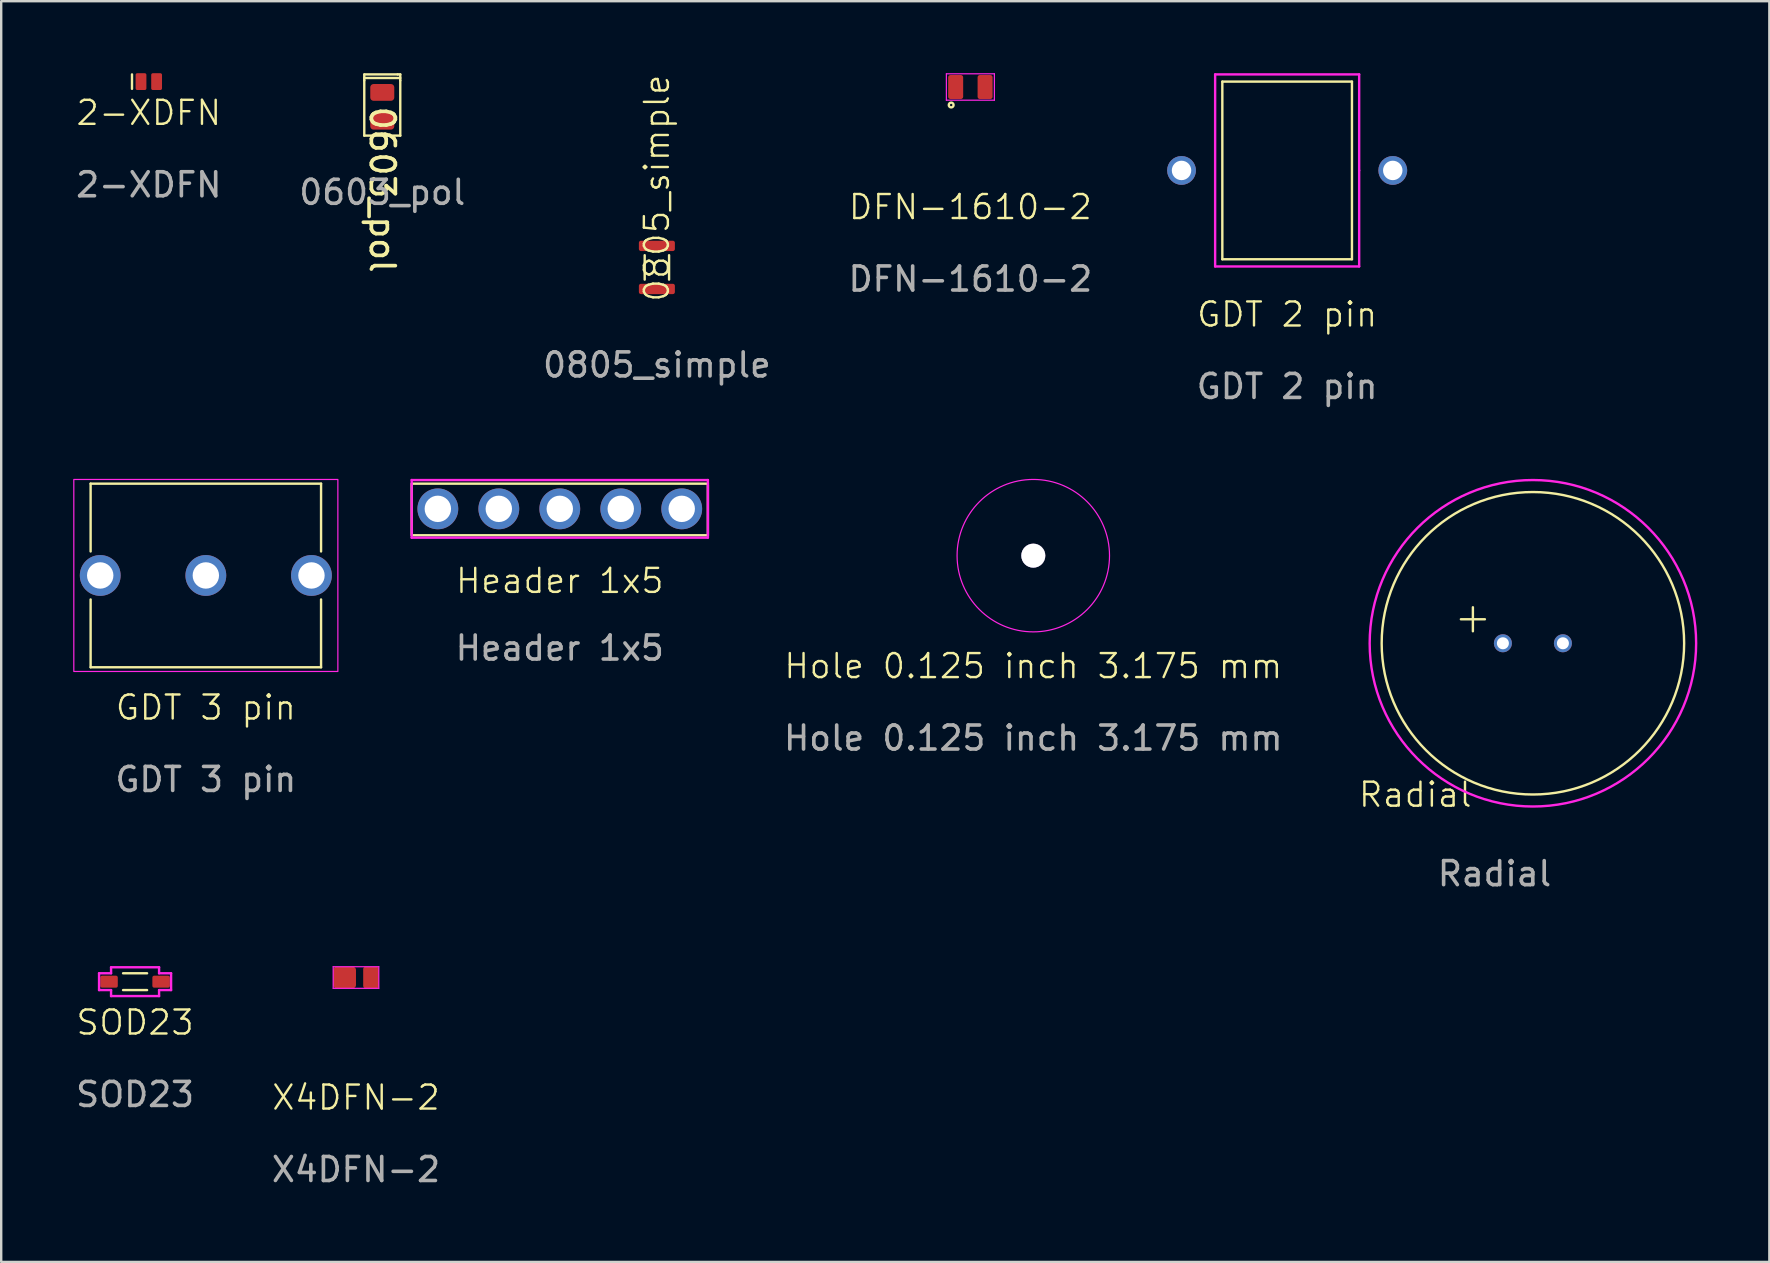
<source format=kicad_pcb>
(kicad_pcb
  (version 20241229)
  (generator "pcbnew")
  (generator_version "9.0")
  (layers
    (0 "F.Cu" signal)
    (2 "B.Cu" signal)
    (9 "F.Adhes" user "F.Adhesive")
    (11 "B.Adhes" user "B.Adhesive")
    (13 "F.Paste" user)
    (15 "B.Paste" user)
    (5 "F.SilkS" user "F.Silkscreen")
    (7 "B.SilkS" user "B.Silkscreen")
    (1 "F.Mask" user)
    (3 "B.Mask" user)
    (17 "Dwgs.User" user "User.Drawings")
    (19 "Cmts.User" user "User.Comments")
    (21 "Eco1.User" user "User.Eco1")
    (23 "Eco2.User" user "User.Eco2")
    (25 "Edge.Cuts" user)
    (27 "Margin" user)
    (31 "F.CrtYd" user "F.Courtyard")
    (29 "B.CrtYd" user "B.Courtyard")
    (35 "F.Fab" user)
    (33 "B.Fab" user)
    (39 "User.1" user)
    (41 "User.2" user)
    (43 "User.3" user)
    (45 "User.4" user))
  (footprint "Header 1x5"
    (layer "F.Cu")
    (at 20.27 18.148)
    (property "Reference" "Header 1x5" (at 0 3 0) (unlocked yes) (layer "F.SilkS") (effects (font (size 1 1) (thickness 0.1))))
    (attr smd)
    (fp_line (start -6.17 -1.05) (end -6.17 1.1) (stroke (width 0.1) (type default)) (layer "F.SilkS"))
    (fp_line (start -6.15 -1.05) (end 6.17 -1.05) (stroke (width 0.1) (type solid)) (layer "F.SilkS"))
    (fp_line (start 6.17 -1) (end 6.17 1.1) (stroke (width 0.1) (type default)) (layer "F.SilkS"))
    (fp_line (start 6.17 1.1) (end -6.15 1.1) (stroke (width 0.1) (type solid)) (layer "F.SilkS"))
    (fp_line (start -6.17 -1.2) (end -6.17 1.2) (stroke (width 0.1) (type solid)) (layer "F.CrtYd"))
    (fp_line (start 6.17 -1.2) (end -6.17 -1.2) (stroke (width 0.1) (type solid)) (layer "F.CrtYd"))
    (fp_line (start 6.17 1.2) (end -6.17 1.2) (stroke (width 0.1) (type solid)) (layer "F.CrtYd"))
    (fp_line (start 6.17 1.2) (end 6.17 -1.2) (stroke (width 0.1) (type solid)) (layer "F.CrtYd"))
    (fp_text user "${REFERENCE}" (at 0 5.8 0) (unlocked yes) (layer "F.Fab") (effects (font (size 1 1) (thickness 0.15))))
    (pad "1" thru_hole circle (at -5.08 0) (size 1.7 1.7) (drill 1.1) (layers "*.Cu" "*.Mask"))
    (pad "2" thru_hole circle (at -2.54 0) (size 1.7 1.7) (drill 1.1) (layers "*.Cu" "*.Mask"))
    (pad "3" thru_hole circle (at 0 0) (size 1.7 1.7) (drill 1.1) (layers "*.Cu" "*.Mask"))
    (pad "4" thru_hole circle (at 2.54 0) (size 1.7 1.7) (drill 1.1) (layers "*.Cu" "*.Mask"))
    (pad "5" thru_hole circle (at 5.08 0) (size 1.7 1.7) (drill 1.1) (layers "*.Cu" "*.Mask")))
  (footprint "SOD23"
    (layer "F.Cu")
    (at 2.577 37.846)
    (property "Reference" "SOD23" (at 0 1.7 0) (unlocked yes) (layer "F.SilkS") (effects (font (size 1 1) (thickness 0.1))))
    (attr smd)
    (fp_line (start -0.5 -0.35) (end 0.5 -0.35) (stroke (width 0.1) (type default)) (layer "F.SilkS"))
    (fp_line (start -0.5 0.35) (end 0.5 0.35) (stroke (width 0.1) (type default)) (layer "F.SilkS"))
    (fp_line (start -1.5 -0.35) (end -1.5 0.35) (stroke (width 0.1) (type solid)) (layer "F.CrtYd"))
    (fp_line (start -1.5 0.35) (end -1 0.35) (stroke (width 0.1) (type solid)) (layer "F.CrtYd"))
    (fp_line (start -1 -0.6) (end -1 -0.35) (stroke (width 0.1) (type solid)) (layer "F.CrtYd"))
    (fp_line (start -1 -0.6) (end 1 -0.6) (stroke (width 0.1) (type solid)) (layer "F.CrtYd"))
    (fp_line (start -1 -0.35) (end -1.5 -0.35) (stroke (width 0.1) (type solid)) (layer "F.CrtYd"))
    (fp_line (start -1 0.35) (end -1 0.6) (stroke (width 0.1) (type solid)) (layer "F.CrtYd"))
    (fp_line (start -1 0.6) (end 1 0.6) (stroke (width 0.1) (type solid)) (layer "F.CrtYd"))
    (fp_line (start 1 -0.35) (end 1 -0.6) (stroke (width 0.1) (type solid)) (layer "F.CrtYd"))
    (fp_line (start 1 0.35) (end 1 0.6) (stroke (width 0.1) (type solid)) (layer "F.CrtYd"))
    (fp_line (start 1 0.35) (end 1.5 0.35) (stroke (width 0.1) (type solid)) (layer "F.CrtYd"))
    (fp_line (start 1.5 -0.35) (end 1 -0.35) (stroke (width 0.1) (type solid)) (layer "F.CrtYd"))
    (fp_line (start 1.5 -0.35) (end 1.5 0.35) (stroke (width 0.1) (type solid)) (layer "F.CrtYd"))
    (fp_text user "${REFERENCE}" (at 0 4.7 0) (unlocked yes) (layer "F.Fab") (effects (font (size 1 1) (thickness 0.15))))
    (pad "1" smd roundrect (at -1.085 0) (size 0.73 0.5) (layers "F.Cu" "F.Mask" "F.Paste") (roundrect_rratio 0.15))
    (pad "2" smd roundrect (at 1.085 0) (size 0.73 0.5) (layers "F.Cu" "F.Mask" "F.Paste") (roundrect_rratio 0.15)))
  (footprint "DFN-1610-2"
    (layer "F.Cu")
    (at 37.375 0.575)
    (property "Reference" "DFN-1610-2" (at 0 5 0) (unlocked yes) (layer "F.SilkS") (effects (font (size 1 1) (thickness 0.1))))
    (attr smd)
    (fp_circle (center -0.8 0.75) (end -0.7 0.75) (stroke (width 0.1) (type default)) (fill no) (layer "F.SilkS"))
    (fp_line (start -1 -0.55) (end 1 -0.55) (stroke (width 0.05) (type default)) (layer "F.CrtYd"))
    (fp_line (start -1 0.55) (end -1 -0.55) (stroke (width 0.05) (type default)) (layer "F.CrtYd"))
    (fp_line (start -1 0.55) (end 1 0.55) (stroke (width 0.05) (type default)) (layer "F.CrtYd"))
    (fp_line (start 1 -0.55) (end 1 0.55) (stroke (width 0.05) (type default)) (layer "F.CrtYd"))
    (fp_text user "${REFERENCE}" (at 0 8 0) (unlocked yes) (layer "F.Fab") (effects (font (size 1 1) (thickness 0.15))))
    (pad "1" smd roundrect (at -0.613 0) (size 0.625 1) (layers "F.Cu" "F.Mask" "F.Paste") (roundrect_rratio 0.15))
    (pad "2" smd roundrect (at 0.613 0) (size 0.625 1) (layers "F.Cu" "F.Mask" "F.Paste") (roundrect_rratio 0.15)))
  (footprint "Radial"
    (layer "F.Cu")
    (at 60.809 23.748)
    (property "Reference" "Radial" (at -4.9 6.307 0) (unlocked yes) (layer "F.SilkS") (effects (font (size 1 1) (thickness 0.1))))
    (attr smd)
    (fp_line (start -3 -1) (end -2 -1) (stroke (width 0.1) (type default)) (layer "F.SilkS"))
    (fp_line (start -2.5 -0.5) (end -2.5 -1.5) (stroke (width 0.1) (type default)) (layer "F.SilkS"))
    (fp_circle (center 0 0) (end 6.3 0) (stroke (width 0.1) (type default)) (fill no) (layer "F.SilkS"))
    (fp_circle (center 0 0) (end 6.8 0) (stroke (width 0.1) (type solid)) (fill no) (layer "F.CrtYd"))
    (fp_text user "${REFERENCE}" (at -1.6 9.6 0) (unlocked yes) (layer "F.Fab") (effects (font (size 1 1) (thickness 0.15))))
    (pad "1" thru_hole circle (at -1.25 0) (size 0.75 0.75) (drill 0.5) (layers "*.Cu" "*.Mask"))
    (pad "2" thru_hole circle (at 1.25 0) (size 0.75 0.75) (drill 0.5) (layers "*.Cu" "*.Mask")))
  (footprint "0603_pol"
    (layer "F.Cu")
    (at 12.875 0.9)
    (property "Reference" "0603_pol" (at 0 3.95 270) (unlocked yes) (layer "F.SilkS") (effects (font (size 1 1) (thickness 0.152))))
    (attr smd)
    (fp_line (start -0.75 -0.85) (end -0.75 -0.6) (stroke (width 0.1) (type default)) (layer "F.SilkS"))
    (fp_line (start -0.75 -0.7) (end 0.75 -0.7) (stroke (width 0.1) (type default)) (layer "F.SilkS"))
    (fp_line (start -0.75 1.7) (end -0.75 -0.6) (stroke (width 0.1) (type default)) (layer "F.SilkS"))
    (fp_line (start -0.743 -0.85) (end 0.642 -0.85) (stroke (width 0.1) (type default)) (layer "F.SilkS"))
    (fp_line (start 0.75 -0.85) (end 0.642 -0.85) (stroke (width 0.1) (type default)) (layer "F.SilkS"))
    (fp_line (start 0.75 -0.6) (end 0.75 -0.85) (stroke (width 0.1) (type default)) (layer "F.SilkS"))
    (fp_line (start 0.75 -0.6) (end 0.75 1.7) (stroke (width 0.1) (type default)) (layer "F.SilkS"))
    (fp_line (start 0.75 1.7) (end -0.75 1.7) (stroke (width 0.1) (type default)) (layer "F.SilkS"))
    (fp_text user "${REFERENCE}" (at 0 4.064 0) (unlocked yes) (layer "F.Fab") (effects (font (size 1 1) (thickness 0.15))))
    (pad "1" smd roundrect (at 0 -0.1 180) (size 1 0.7) (layers "F.Cu" "F.Mask" "F.Paste") (roundrect_rratio 0.197))
    (pad "2" smd roundrect (at 0 1.1 180) (size 1 0.7) (layers "F.Cu" "F.Mask" "F.Paste") (roundrect_rratio 0.197)))
  (footprint "X4DFN-2"
    (layer "F.Cu")
    (at 11.78 37.672)
    (property "Reference" "X4DFN-2" (at 0 5 0) (unlocked yes) (layer "F.SilkS") (effects (font (size 1 1) (thickness 0.1))))
    (attr smd)
    (fp_line (start -0.95 -0.45) (end 0.95 -0.45) (stroke (width 0.05) (type default)) (layer "F.CrtYd"))
    (fp_line (start -0.95 0.45) (end -0.95 -0.45) (stroke (width 0.05) (type default)) (layer "F.CrtYd"))
    (fp_line (start 0.95 -0.45) (end 0.95 0.45) (stroke (width 0.05) (type default)) (layer "F.CrtYd"))
    (fp_line (start 0.95 0.45) (end -0.95 0.45) (stroke (width 0.05) (type default)) (layer "F.CrtYd"))
    (fp_text user "${REFERENCE}" (at 0 8 0) (unlocked yes) (layer "F.Fab") (effects (font (size 1 1) (thickness 0.15))))
    (pad "1" smd roundrect (at -0.475 0) (size 0.95 0.9) (layers "F.Cu" "F.Mask" "F.Paste") (roundrect_rratio 0.15))
    (pad "2" smd roundrect (at 0.625 0) (size 0.65 0.9) (layers "F.Cu" "F.Mask" "F.Paste") (roundrect_rratio 0.15)))
  (footprint "GDT 2 pin"
    (layer "F.Cu")
    (at 50.571 4.05)
    (property "Reference" "GDT 2 pin" (at 0 6 0) (unlocked yes) (layer "F.SilkS") (effects (font (size 1 1) (thickness 0.1))))
    (attr smd)
    (fp_line (start -2.7 -3.7) (end 2.7 -3.7) (stroke (width 0.1) (type solid)) (layer "F.SilkS"))
    (fp_line (start -2.7 3.7) (end -2.7 -3.7) (stroke (width 0.1) (type solid)) (layer "F.SilkS"))
    (fp_line (start 2.7 -3.7) (end 2.7 3.7) (stroke (width 0.1) (type solid)) (layer "F.SilkS"))
    (fp_line (start 2.7 3.7) (end -2.7 3.7) (stroke (width 0.1) (type solid)) (layer "F.SilkS"))
    (fp_line (start -3 -4) (end -3 4) (stroke (width 0.1) (type solid)) (layer "F.CrtYd"))
    (fp_line (start -3 -4) (end 3 -4) (stroke (width 0.1) (type solid)) (layer "F.CrtYd"))
    (fp_line (start -3 4) (end 3 4) (stroke (width 0.1) (type solid)) (layer "F.CrtYd"))
    (fp_line (start 3 0) (end 3 -4) (stroke (width 0.1) (type solid)) (layer "F.CrtYd"))
    (fp_line (start 3 0) (end 3 4) (stroke (width 0.1) (type solid)) (layer "F.CrtYd"))
    (fp_text user "${REFERENCE}" (at 0 9 0) (unlocked yes) (layer "F.Fab") (effects (font (size 1 1) (thickness 0.15))))
    (pad "1" thru_hole circle (at -4.4 0) (size 1.2 1.2) (drill 0.81) (layers "*.Cu" "*.Mask"))
    (pad "3" thru_hole circle (at 4.4 0) (size 1.2 1.2) (drill 0.81) (layers "*.Cu" "*.Mask")))
  (footprint "GDT 3 pin"
    (layer "F.Cu")
    (at 5.525 20.923)
    (property "Reference" "GDT 3 pin" (at 0 5.5 0) (unlocked yes) (layer "F.SilkS") (effects (font (size 1 1) (thickness 0.1))))
    (attr smd)
    (fp_line (start -4.8 -3.825) (end 4.8 -3.825) (stroke (width 0.1) (type default)) (layer "F.SilkS"))
    (fp_line (start -4.8 -1) (end -4.8 -3.825) (stroke (width 0.1) (type solid)) (layer "F.SilkS"))
    (fp_line (start -4.8 3.825) (end -4.8 1) (stroke (width 0.1) (type solid)) (layer "F.SilkS"))
    (fp_line (start 4.8 -1) (end 4.8 -3.825) (stroke (width 0.1) (type solid)) (layer "F.SilkS"))
    (fp_line (start 4.8 3.825) (end -4.8 3.825) (stroke (width 0.1) (type default)) (layer "F.SilkS"))
    (fp_line (start 4.8 3.825) (end 4.8 1) (stroke (width 0.1) (type solid)) (layer "F.SilkS"))
    (fp_rect (start -5.5 -4) (end 5.5 4) (stroke (width 0.05) (type default)) (fill no) (layer "F.CrtYd"))
    (fp_text user "${REFERENCE}" (at 0 8.5 0) (unlocked yes) (layer "F.Fab") (effects (font (size 1 1) (thickness 0.15))))
    (pad "1" thru_hole circle (at -4.4 0) (size 1.7 1.7) (drill 1.1) (layers "*.Cu" "*.Mask"))
    (pad "2" thru_hole circle (at 0 0) (size 1.7 1.7) (drill 1.1) (layers "*.Cu" "*.Mask"))
    (pad "3" thru_hole circle (at 4.4 0) (size 1.7 1.7) (drill 1.1) (layers "*.Cu" "*.Mask")))
  (footprint "2-XDFN"
    (layer "F.Cu")
    (at 3.149 0.35)
    (property "Reference" "2-XDFN" (at 0 1.3 0) (unlocked yes) (layer "F.SilkS") (effects (font (size 1 1) (thickness 0.1))))
    (attr smd)
    (fp_line (start -0.7 -0.3) (end -0.7 0.3) (stroke (width 0.1) (type default)) (layer "F.SilkS"))
    (fp_text user "${REFERENCE}" (at 0 4.3 0) (unlocked yes) (layer "F.Fab") (effects (font (size 1 1) (thickness 0.15))))
    (pad "1" smd roundrect (at -0.325 0) (size 0.45 0.7) (layers "F.Cu" "F.Mask" "F.Paste") (roundrect_rratio 0.15))
    (pad "2" smd roundrect (at 0.325 0) (size 0.45 0.7) (layers "F.Cu" "F.Mask" "F.Paste") (roundrect_rratio 0.15)))
  (footprint "Hole 0.125 inch 3.175 mm"
    (layer "F.Cu")
    (at 39.996 20.098)
    (property "Reference" "Hole 0.125 inch 3.175 mm" (at 0 4.6 0) (unlocked yes) (layer "F.SilkS") (effects (font (size 1 1) (thickness 0.1))))
    (attr smd)
    (fp_circle (center 0 0) (end 3.175 0) (stroke (width 0.05) (type default)) (fill no) (layer "F.CrtYd"))
    (fp_text user "${REFERENCE}" (at 0 7.6 0) (unlocked yes) (layer "F.Fab") (effects (font (size 1 1) (thickness 0.15))))
    (pad "1" thru_hole circle (at 0 0) (size 1 1) (drill 3.175) (layers "*.Cu" "*.Mask")))
  (footprint "0805_simple"
    (layer "F.Cu")
    (at 24.315 8.09)
    (property "Reference" "0805_simple" (at 0 -3.302 90) (unlocked yes) (layer "F.SilkS") (effects (font (size 1 1) (thickness 0.1))))
    (attr smd)
    (fp_line (start -0.508 -0.508) (end -0.508 0.508) (stroke (width 0.1) (type default)) (layer "F.SilkS"))
    (fp_line (start 0.508 -0.508) (end 0.508 0.508) (stroke (width 0.1) (type default)) (layer "F.SilkS"))
    (fp_text user "${REFERENCE}" (at 0 4.064 0) (unlocked yes) (layer "F.Fab") (effects (font (size 1 1) (thickness 0.15))))
    (pad "1" smd roundrect (at 0 0.897) (size 1.5 0.43) (layers "F.Cu" "F.Mask" "F.Paste") (roundrect_rratio 0.197))
    (pad "2" smd roundrect (at 0 -0.897) (size 1.5 0.43) (layers "F.Cu" "F.Mask" "F.Paste") (roundrect_rratio 0.197)))
  (gr_rect
    (start -3 -3)
    (end 70.659 49.52)
    (stroke (width 0.1) (type default))
    (fill no)
    (layer "Edge.Cuts")))
</source>
